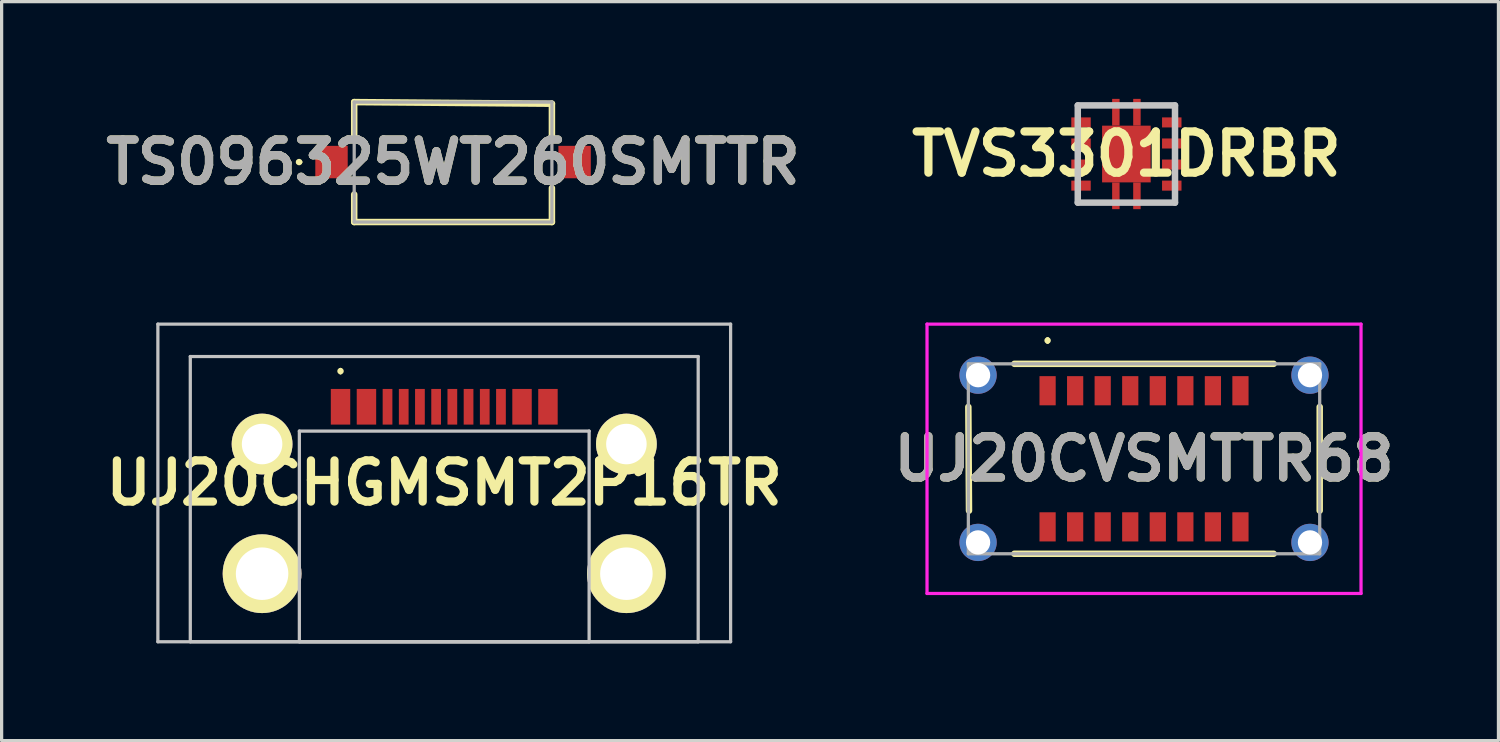
<source format=kicad_pcb>
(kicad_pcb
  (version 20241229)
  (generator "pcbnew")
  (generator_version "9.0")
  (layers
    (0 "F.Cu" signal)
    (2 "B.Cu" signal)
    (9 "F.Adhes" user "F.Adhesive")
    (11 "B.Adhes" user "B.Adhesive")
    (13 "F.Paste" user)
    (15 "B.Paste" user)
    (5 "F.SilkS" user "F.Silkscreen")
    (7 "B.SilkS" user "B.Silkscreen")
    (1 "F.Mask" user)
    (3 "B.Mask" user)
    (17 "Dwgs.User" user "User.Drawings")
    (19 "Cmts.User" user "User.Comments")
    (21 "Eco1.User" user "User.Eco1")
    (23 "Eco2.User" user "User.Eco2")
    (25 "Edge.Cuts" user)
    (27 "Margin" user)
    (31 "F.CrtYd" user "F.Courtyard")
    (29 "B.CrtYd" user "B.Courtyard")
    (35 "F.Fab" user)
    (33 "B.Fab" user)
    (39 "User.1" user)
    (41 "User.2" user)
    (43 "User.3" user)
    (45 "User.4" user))
  (footprint "UJ20CVSMTTR68"
    (layer "F.Cu")
    (at 32.246 11.105)
    (property "Reference" "UJ20CVSMTTR68" (at 0 0 0) (layer "F.SilkS") (effects (font (size 1.27 1.27) (thickness 0.254))))
    (attr through_hole)
    (fp_line (start -5.42 -1.6) (end -5.4 1.6) (stroke (width 0.2) (type solid)) (layer "F.SilkS"))
    (fp_line (start -4 -2.93) (end 4 -2.93) (stroke (width 0.2) (type solid)) (layer "F.SilkS"))
    (fp_line (start -4 2.93) (end 4 2.93) (stroke (width 0.2) (type solid)) (layer "F.SilkS"))
    (fp_line (start -2.975 -3.7) (end -2.975 -3.7) (stroke (width 0.1) (type solid)) (layer "F.SilkS"))
    (fp_line (start -2.975 -3.6) (end -2.975 -3.6) (stroke (width 0.1) (type solid)) (layer "F.SilkS"))
    (fp_line (start 5.42 1.6) (end 5.42 -1.6) (stroke (width 0.2) (type solid)) (layer "F.SilkS"))
    (fp_arc (start -2.975 -3.7) (mid -2.925 -3.65) (end -2.975 -3.6) (stroke (width 0.1) (type solid)) (layer "F.SilkS"))
    (fp_arc (start -2.975 -3.6) (mid -3.025 -3.65) (end -2.975 -3.7) (stroke (width 0.1) (type solid)) (layer "F.SilkS"))
    (fp_line (start -6.695 -4.155) (end 6.695 -4.155) (stroke (width 0.1) (type solid)) (layer "F.CrtYd"))
    (fp_line (start -6.695 4.155) (end -6.695 -4.155) (stroke (width 0.1) (type solid)) (layer "F.CrtYd"))
    (fp_line (start 6.695 -4.155) (end 6.695 4.155) (stroke (width 0.1) (type solid)) (layer "F.CrtYd"))
    (fp_line (start 6.695 4.155) (end -6.695 4.155) (stroke (width 0.1) (type solid)) (layer "F.CrtYd"))
    (fp_line (start -5.42 -2.93) (end -5.42 2.93) (stroke (width 0.1) (type solid)) (layer "F.Fab"))
    (fp_line (start -5.42 2.93) (end 5.42 2.93) (stroke (width 0.1) (type solid)) (layer "F.Fab"))
    (fp_line (start 5.42 -2.93) (end -5.42 -2.93) (stroke (width 0.1) (type solid)) (layer "F.Fab"))
    (fp_line (start 5.42 2.93) (end 5.42 -2.93) (stroke (width 0.1) (type solid)) (layer "F.Fab"))
    (fp_text user "${REFERENCE}" (at 0 0 0) (layer "F.Fab") (effects (font (size 1.27 1.27) (thickness 0.254))))
    (pad "A1" smd rect (at -2.975 -2.1) (size 0.5 0.9) (layers "F.Cu" "F.Mask" "F.Paste"))
    (pad "A4" smd rect (at -2.125 -2.1) (size 0.5 0.9) (layers "F.Cu" "F.Mask" "F.Paste"))
    (pad "A5" smd rect (at -1.275 -2.1) (size 0.5 0.9) (layers "F.Cu" "F.Mask" "F.Paste"))
    (pad "A6" smd rect (at -0.425 -2.1) (size 0.5 0.9) (layers "F.Cu" "F.Mask" "F.Paste"))
    (pad "A7" smd rect (at 0.425 -2.1) (size 0.5 0.9) (layers "F.Cu" "F.Mask" "F.Paste"))
    (pad "A8" smd rect (at 1.275 -2.1) (size 0.5 0.9) (layers "F.Cu" "F.Mask" "F.Paste"))
    (pad "A9" smd rect (at 2.125 -2.1) (size 0.5 0.9) (layers "F.Cu" "F.Mask" "F.Paste"))
    (pad "A12" smd rect (at 2.975 -2.1) (size 0.5 0.9) (layers "F.Cu" "F.Mask" "F.Paste"))
    (pad "B1" smd rect (at 2.975 2.1) (size 0.5 0.9) (layers "F.Cu" "F.Mask" "F.Paste"))
    (pad "B4" smd rect (at 2.125 2.1) (size 0.5 0.9) (layers "F.Cu" "F.Mask" "F.Paste"))
    (pad "B5" smd rect (at 1.275 2.1) (size 0.5 0.9) (layers "F.Cu" "F.Mask" "F.Paste"))
    (pad "B6" smd rect (at 0.425 2.1) (size 0.5 0.9) (layers "F.Cu" "F.Mask" "F.Paste"))
    (pad "B7" smd rect (at -0.425 2.1) (size 0.5 0.9) (layers "F.Cu" "F.Mask" "F.Paste"))
    (pad "B8" smd rect (at -1.275 2.1) (size 0.5 0.9) (layers "F.Cu" "F.Mask" "F.Paste"))
    (pad "B9" smd rect (at -2.125 2.1) (size 0.5 0.9) (layers "F.Cu" "F.Mask" "F.Paste"))
    (pad "B12" smd rect (at -2.975 2.1) (size 0.5 0.9) (layers "F.Cu" "F.Mask" "F.Paste"))
    (pad "MH1" thru_hole circle (at -5.12 -2.58) (size 1.15 1.15) (drill 0.75) (layers "*.Cu" "*.Mask"))
    (pad "MH2" thru_hole circle (at 5.12 -2.58) (size 1.15 1.15) (drill 0.75) (layers "*.Cu" "*.Mask"))
    (pad "MH3" thru_hole circle (at 5.12 2.58) (size 1.15 1.15) (drill 0.75) (layers "*.Cu" "*.Mask"))
    (pad "MH4" thru_hole circle (at -5.12 2.58) (size 1.15 1.15) (drill 0.75) (layers "*.Cu" "*.Mask")))
  (footprint "UJ20CHGMSMT2P16TR"
    (layer "F.Cu")
    (at 10.656 11.85)
    (property "Reference" "UJ20CHGMSMT2P16TR" (at 0 0 0) (layer "F.SilkS") (effects (font (size 1.27 1.27) (thickness 0.254))))
    (attr through_hole exclude_from_pos_files)
    (fp_line (start -3.2 -3.5) (end -3.2 -3.5) (stroke (width 0.1) (type solid)) (layer "F.SilkS"))
    (fp_line (start -3.2 -3.4) (end -3.2 -3.4) (stroke (width 0.1) (type solid)) (layer "F.SilkS"))
    (fp_arc (start -3.2 -3.5) (mid -3.15 -3.45) (end -3.2 -3.4) (stroke (width 0.1) (type solid)) (layer "F.SilkS"))
    (fp_arc (start -3.2 -3.4) (mid -3.25 -3.45) (end -3.2 -3.5) (stroke (width 0.1) (type solid)) (layer "F.SilkS"))
    (fp_line (start -8.835 -4.9) (end -8.835 4.9) (stroke (width 0.1) (type solid)) (layer "Dwgs.User"))
    (fp_line (start -8.835 4.9) (end 8.835 4.9) (stroke (width 0.1) (type solid)) (layer "Dwgs.User"))
    (fp_line (start -7.835 -3.9) (end 7.835 -3.9) (stroke (width 0.1) (type solid)) (layer "Dwgs.User"))
    (fp_line (start -7.835 4.9) (end -7.835 -3.9) (stroke (width 0.1) (type solid)) (layer "Dwgs.User"))
    (fp_line (start -4.47 -1.6) (end -4.47 4.9) (stroke (width 0.1) (type solid)) (layer "Dwgs.User"))
    (fp_line (start -4.47 4.9) (end 4.47 4.9) (stroke (width 0.1) (type solid)) (layer "Dwgs.User"))
    (fp_line (start 4.47 -1.6) (end -4.47 -1.6) (stroke (width 0.1) (type solid)) (layer "Dwgs.User"))
    (fp_line (start 4.47 4.9) (end 4.47 -1.6) (stroke (width 0.1) (type solid)) (layer "Dwgs.User"))
    (fp_line (start 7.835 -3.9) (end 7.835 4.9) (stroke (width 0.1) (type solid)) (layer "Dwgs.User"))
    (fp_line (start 7.835 4.9) (end -7.835 4.9) (stroke (width 0.1) (type solid)) (layer "Dwgs.User"))
    (fp_line (start 8.835 -4.9) (end -8.835 -4.9) (stroke (width 0.1) (type solid)) (layer "Dwgs.User"))
    (fp_line (start 8.835 4.9) (end 8.835 -4.9) (stroke (width 0.1) (type solid)) (layer "Dwgs.User"))
    (pad "A1" smd rect (at -3.2 -2.35) (size 0.6 1.1) (layers "F.Cu" "F.Mask" "F.Paste"))
    (pad "A4" smd rect (at -2.4 -2.35) (size 0.6 1.1) (layers "F.Cu" "F.Mask" "F.Paste"))
    (pad "A5" smd rect (at -1.25 -2.35) (size 0.3 1.1) (layers "F.Cu" "F.Mask" "F.Paste"))
    (pad "A6" smd rect (at -0.25 -2.35) (size 0.3 1.1) (layers "F.Cu" "F.Mask" "F.Paste"))
    (pad "A7" smd rect (at 0.25 -2.35) (size 0.3 1.1) (layers "F.Cu" "F.Mask" "F.Paste"))
    (pad "A8" smd rect (at 1.25 -2.35) (size 0.3 1.1) (layers "F.Cu" "F.Mask" "F.Paste"))
    (pad "B1" smd rect (at 3.2 -2.35) (size 0.6 1.1) (layers "F.Cu" "F.Mask" "F.Paste"))
    (pad "B4" smd rect (at 2.4 -2.35) (size 0.6 1.1) (layers "F.Cu" "F.Mask" "F.Paste"))
    (pad "B5" smd rect (at 1.75 -2.35) (size 0.3 1.1) (layers "F.Cu" "F.Mask" "F.Paste"))
    (pad "B6" smd rect (at 0.75 -2.35) (size 0.3 1.1) (layers "F.Cu" "F.Mask" "F.Paste"))
    (pad "B7" smd rect (at -0.75 -2.35) (size 0.3 1.1) (layers "F.Cu" "F.Mask" "F.Paste"))
    (pad "B8" smd rect (at -1.75 -2.35) (size 0.3 1.1) (layers "F.Cu" "F.Mask" "F.Paste"))
    (pad "MH1" thru_hole circle (at -5.62 -1.2 90) (size 1.875 1.875) (drill 1.25) (layers "*.Cu" "*.Mask" "F.SilkS"))
    (pad "MH2" thru_hole circle (at 5.62 -1.2 90) (size 1.875 1.875) (drill 1.25) (layers "*.Cu" "*.Mask" "F.SilkS"))
    (pad "MH3" thru_hole circle (at -5.62 2.8 90) (size 2.43 2.43) (drill 1.62) (layers "*.Cu" "*.Mask" "F.SilkS"))
    (pad "MH4" thru_hole circle (at 5.62 2.8 90) (size 2.43 2.43) (drill 1.62) (layers "*.Cu" "*.Mask" "F.SilkS")))
  (footprint "TVS3301DRBR"
    (layer "F.Cu")
    (at 31.702 1.702)
    (property "Reference" "TVS3301DRBR" (at 0 0 0) (layer "F.SilkS") (effects (font (size 1.27 1.27) (thickness 0.254))))
    (attr smd)
    (fp_line (start -1.5 -1.5) (end -0.7 -1.5) (stroke (width 0.1) (type solid)) (layer "F.SilkS"))
    (fp_line (start -1.5 -1.3) (end -1.5 -1.5) (stroke (width 0.1) (type solid)) (layer "F.SilkS"))
    (fp_line (start -1.5 1.3) (end -1.5 1.5) (stroke (width 0.1) (type solid)) (layer "F.SilkS"))
    (fp_line (start -1.5 1.5) (end -0.7 1.5) (stroke (width 0.1) (type solid)) (layer "F.SilkS"))
    (fp_line (start 0.7 -1.5) (end 1.5 -1.5) (stroke (width 0.1) (type solid)) (layer "F.SilkS"))
    (fp_line (start 0.7 1.5) (end 1.5 1.5) (stroke (width 0.1) (type solid)) (layer "F.SilkS"))
    (fp_line (start 1.5 -1.5) (end 1.5 -1.3) (stroke (width 0.1) (type solid)) (layer "F.SilkS"))
    (fp_line (start 1.5 1.5) (end 1.5 1.3) (stroke (width 0.1) (type solid)) (layer "F.SilkS"))
    (fp_line (start -1.5 -1.5) (end 1.5 -1.5) (stroke (width 0.2) (type solid)) (layer "Dwgs.User"))
    (fp_line (start -1.5 1.5) (end -1.5 -1.5) (stroke (width 0.2) (type solid)) (layer "Dwgs.User"))
    (fp_line (start 1.5 -1.5) (end 1.5 1.5) (stroke (width 0.2) (type solid)) (layer "Dwgs.User"))
    (fp_line (start 1.5 1.5) (end -1.5 1.5) (stroke (width 0.2) (type solid)) (layer "Dwgs.User"))
    (pad "1" smd rect (at -1.4 -0.975 90) (size 0.31 0.6) (layers "F.Cu" "F.Mask" "F.Paste"))
    (pad "2" smd rect (at -1.4 -0.325 90) (size 0.31 0.6) (layers "F.Cu" "F.Mask" "F.Paste"))
    (pad "3" smd rect (at -1.4 0.325 90) (size 0.31 0.6) (layers "F.Cu" "F.Mask" "F.Paste"))
    (pad "4" smd rect (at -1.4 0.975 90) (size 0.31 0.6) (layers "F.Cu" "F.Mask" "F.Paste"))
    (pad "5" smd rect (at 1.4 0.975 90) (size 0.31 0.6) (layers "F.Cu" "F.Mask" "F.Paste"))
    (pad "6" smd rect (at 1.4 0.325 90) (size 0.31 0.6) (layers "F.Cu" "F.Mask" "F.Paste"))
    (pad "7" smd rect (at 1.4 -0.325 90) (size 0.31 0.6) (layers "F.Cu" "F.Mask" "F.Paste"))
    (pad "8" smd rect (at 1.4 -0.975 90) (size 0.31 0.6) (layers "F.Cu" "F.Mask" "F.Paste"))
    (pad "9" smd rect (at -0.325 -1.289) (size 0.23 0.825) (layers "F.Cu" "F.Mask" "F.Paste"))
    (pad "9" smd rect (at -0.325 1.289) (size 0.23 0.825) (layers "F.Cu" "F.Mask" "F.Paste"))
    (pad "9" smd rect (at 0 0) (size 1.5 1.75) (layers "F.Cu" "F.Mask" "F.Paste"))
    (pad "9" smd rect (at 0.325 -1.289) (size 0.23 0.825) (layers "F.Cu" "F.Mask" "F.Paste"))
    (pad "9" smd rect (at 0.325 1.289) (size 0.23 0.825) (layers "F.Cu" "F.Mask" "F.Paste")))
  (footprint "TS096325WT260SMTTR"
    (layer "F.Cu")
    (at 10.928 1.95)
    (property "Reference" "TS096325WT260SMTTR" (at 0 0 0) (layer "F.SilkS") (effects (font (size 1.27 1.27) (thickness 0.254))))
    (attr smd)
    (fp_line (start -4.8 0) (end -4.8 0) (stroke (width 0.1) (type solid)) (layer "F.SilkS"))
    (fp_line (start -4.7 0) (end -4.7 0) (stroke (width 0.1) (type solid)) (layer "F.SilkS"))
    (fp_line (start -3.05 -1.85) (end 3.05 -1.8) (stroke (width 0.2) (type solid)) (layer "F.SilkS"))
    (fp_line (start -3.05 -0.8) (end -3.05 -1.85) (stroke (width 0.2) (type solid)) (layer "F.SilkS"))
    (fp_line (start -3.05 1) (end -3.05 1.85) (stroke (width 0.2) (type solid)) (layer "F.SilkS"))
    (fp_line (start -3.05 1.85) (end 3.05 1.85) (stroke (width 0.2) (type solid)) (layer "F.SilkS"))
    (fp_line (start 3.05 -1.8) (end 3.05 -0.8) (stroke (width 0.2) (type solid)) (layer "F.SilkS"))
    (fp_line (start 3.05 1.85) (end 3.05 0.8) (stroke (width 0.2) (type solid)) (layer "F.SilkS"))
    (fp_arc (start -4.8 0) (mid -4.75 -0.05) (end -4.7 0) (stroke (width 0.1) (type solid)) (layer "F.SilkS"))
    (fp_arc (start -4.7 0) (mid -4.75 0.05) (end -4.8 0) (stroke (width 0.1) (type solid)) (layer "F.SilkS"))
    (fp_line (start -3.05 -1.85) (end -3.05 1.85) (stroke (width 0.1) (type solid)) (layer "F.Fab"))
    (fp_line (start -3.05 1.85) (end 3.05 1.85) (stroke (width 0.1) (type solid)) (layer "F.Fab"))
    (fp_line (start 3.05 -1.85) (end -3.05 -1.85) (stroke (width 0.1) (type solid)) (layer "F.Fab"))
    (fp_line (start 3.05 1.85) (end 3.05 -1.85) (stroke (width 0.1) (type solid)) (layer "F.Fab"))
    (fp_text user "${REFERENCE}" (at 0 0 0) (layer "F.Fab") (effects (font (size 1.27 1.27) (thickness 0.254))))
    (pad "1" smd rect (at -3.75 0 90) (size 1 1) (layers "F.Cu" "F.Mask" "F.Paste"))
    (pad "2" smd rect (at 3.75 0 90) (size 1 1) (layers "F.Cu" "F.Mask" "F.Paste")))
  (gr_rect
    (start -3 -3)
    (end 43.181 19.8)
    (stroke (width 0.1) (type default))
    (fill no)
    (layer "Edge.Cuts")))
</source>
